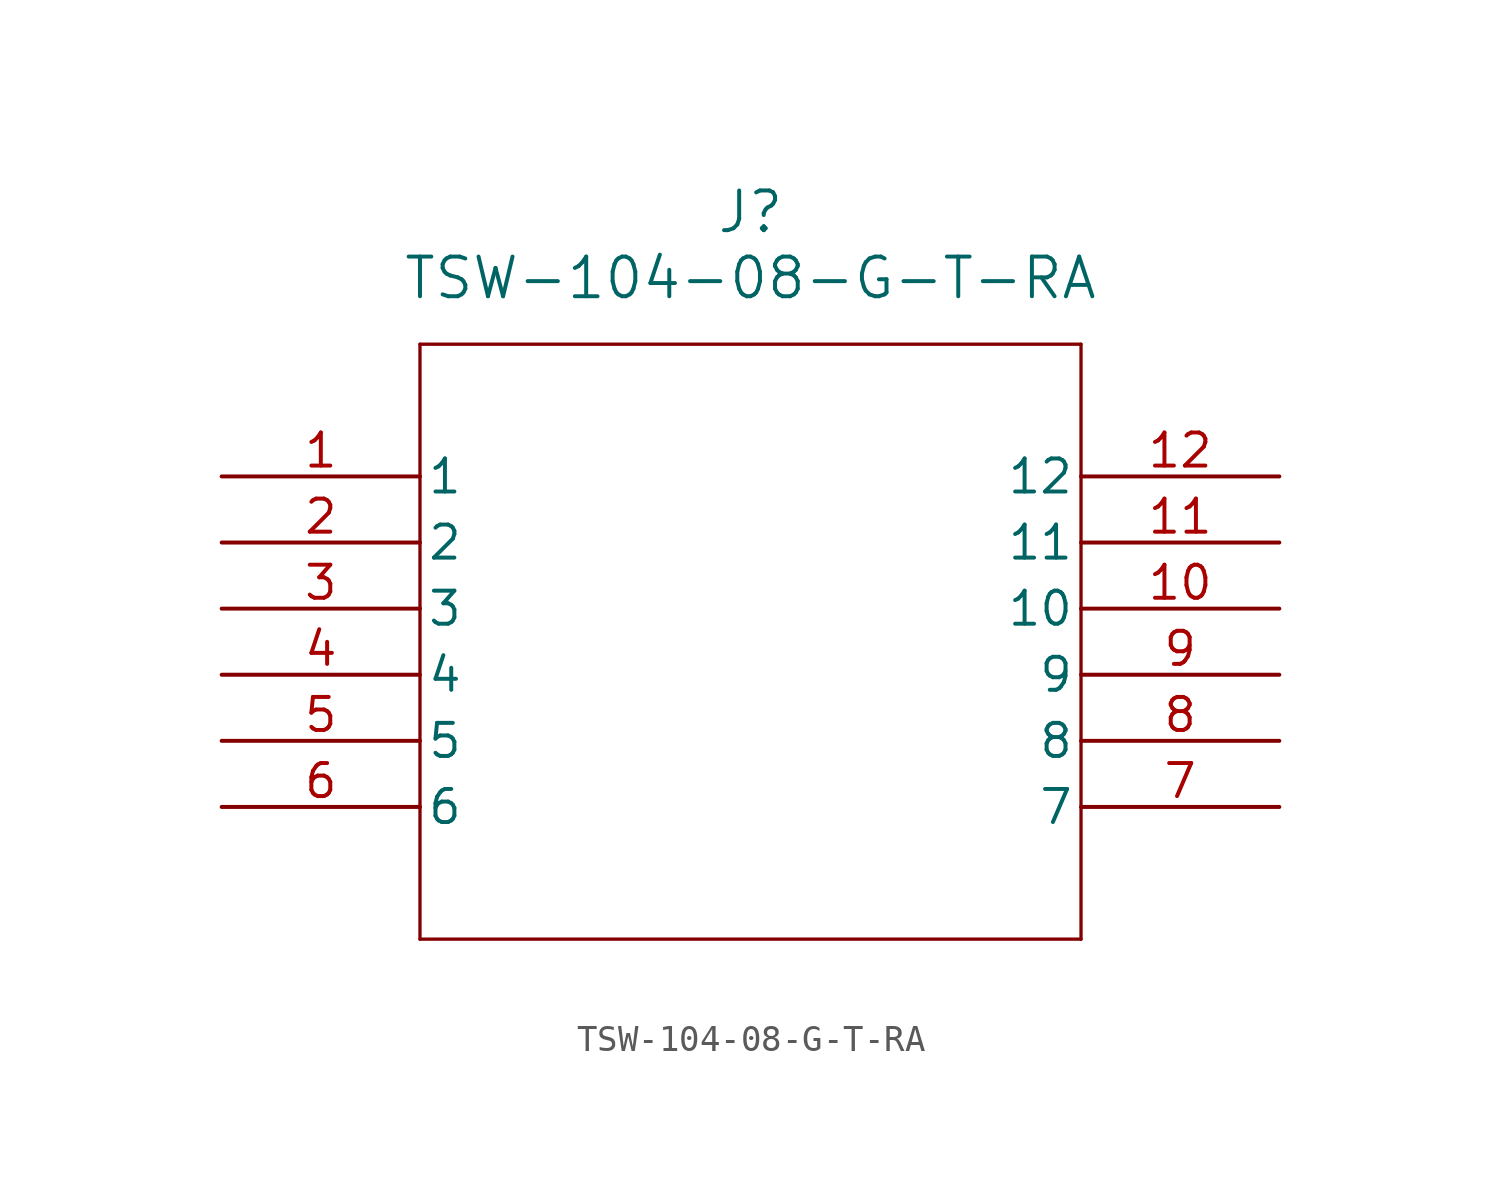
<source format=kicad_sym>
(kicad_symbol_lib
  (version 20211014)
  (generator kicad_symbol_editor)
  (symbol "TSW-104-08-G-T-RA"
    (pin_names
      (offset 0.254))
    (property "Reference" "J"
      (at 20.32 10.16 0)
      (effects (font (size 1.524 1.524))))
    (property "Value" "TSW-104-08-G-T-RA"
      (at 20.32 7.62 0)
      (effects (font (size 1.524 1.524))))
    (symbol "TSW-104-08-G-T-RA_0_1"
      (polyline (pts (xy 7.62 5.08) (xy 7.62 -17.78)) (stroke (width 0.127) (type default) (color 0 0 0 0)) (fill (type none)))
      (polyline (pts (xy 7.62 -17.78) (xy 33.02 -17.78)) (stroke (width 0.127) (type default) (color 0 0 0 0)) (fill (type none)))
      (polyline (pts (xy 33.02 -17.78) (xy 33.02 5.08)) (stroke (width 0.127) (type default) (color 0 0 0 0)) (fill (type none)))
      (polyline (pts (xy 33.02 5.08) (xy 7.62 5.08)) (stroke (width 0.127) (type default) (color 0 0 0 0)) (fill (type none)))
      (pin unspecified line (at 0 0 0) (length 7.62) (name "1" (effects (font (size 1.27 1.27)))) (number "1" (effects (font (size 1.27 1.27)))))
      (pin unspecified line (at 0 -2.54 0) (length 7.62) (name "2" (effects (font (size 1.27 1.27)))) (number "2" (effects (font (size 1.27 1.27)))))
      (pin unspecified line (at 0 -5.08 0) (length 7.62) (name "3" (effects (font (size 1.27 1.27)))) (number "3" (effects (font (size 1.27 1.27)))))
      (pin unspecified line (at 0 -7.62 0) (length 7.62) (name "4" (effects (font (size 1.27 1.27)))) (number "4" (effects (font (size 1.27 1.27)))))
      (pin unspecified line (at 0 -10.16 0) (length 7.62) (name "5" (effects (font (size 1.27 1.27)))) (number "5" (effects (font (size 1.27 1.27)))))
      (pin unspecified line (at 0 -12.7 0) (length 7.62) (name "6" (effects (font (size 1.27 1.27)))) (number "6" (effects (font (size 1.27 1.27)))))
      (pin unspecified line (at 40.64 -12.7 180) (length 7.62) (name "7" (effects (font (size 1.27 1.27)))) (number "7" (effects (font (size 1.27 1.27)))))
      (pin unspecified line (at 40.64 -10.16 180) (length 7.62) (name "8" (effects (font (size 1.27 1.27)))) (number "8" (effects (font (size 1.27 1.27)))))
      (pin unspecified line (at 40.64 -7.62 180) (length 7.62) (name "9" (effects (font (size 1.27 1.27)))) (number "9" (effects (font (size 1.27 1.27)))))
      (pin unspecified line (at 40.64 -5.08 180) (length 7.62) (name "10" (effects (font (size 1.27 1.27)))) (number "10" (effects (font (size 1.27 1.27)))))
      (pin unspecified line (at 40.64 -2.54 180) (length 7.62) (name "11" (effects (font (size 1.27 1.27)))) (number "11" (effects (font (size 1.27 1.27)))))
      (pin unspecified line (at 40.64 0 180) (length 7.62) (name "12" (effects (font (size 1.27 1.27)))) (number "12" (effects (font (size 1.27 1.27))))))))
</source>
